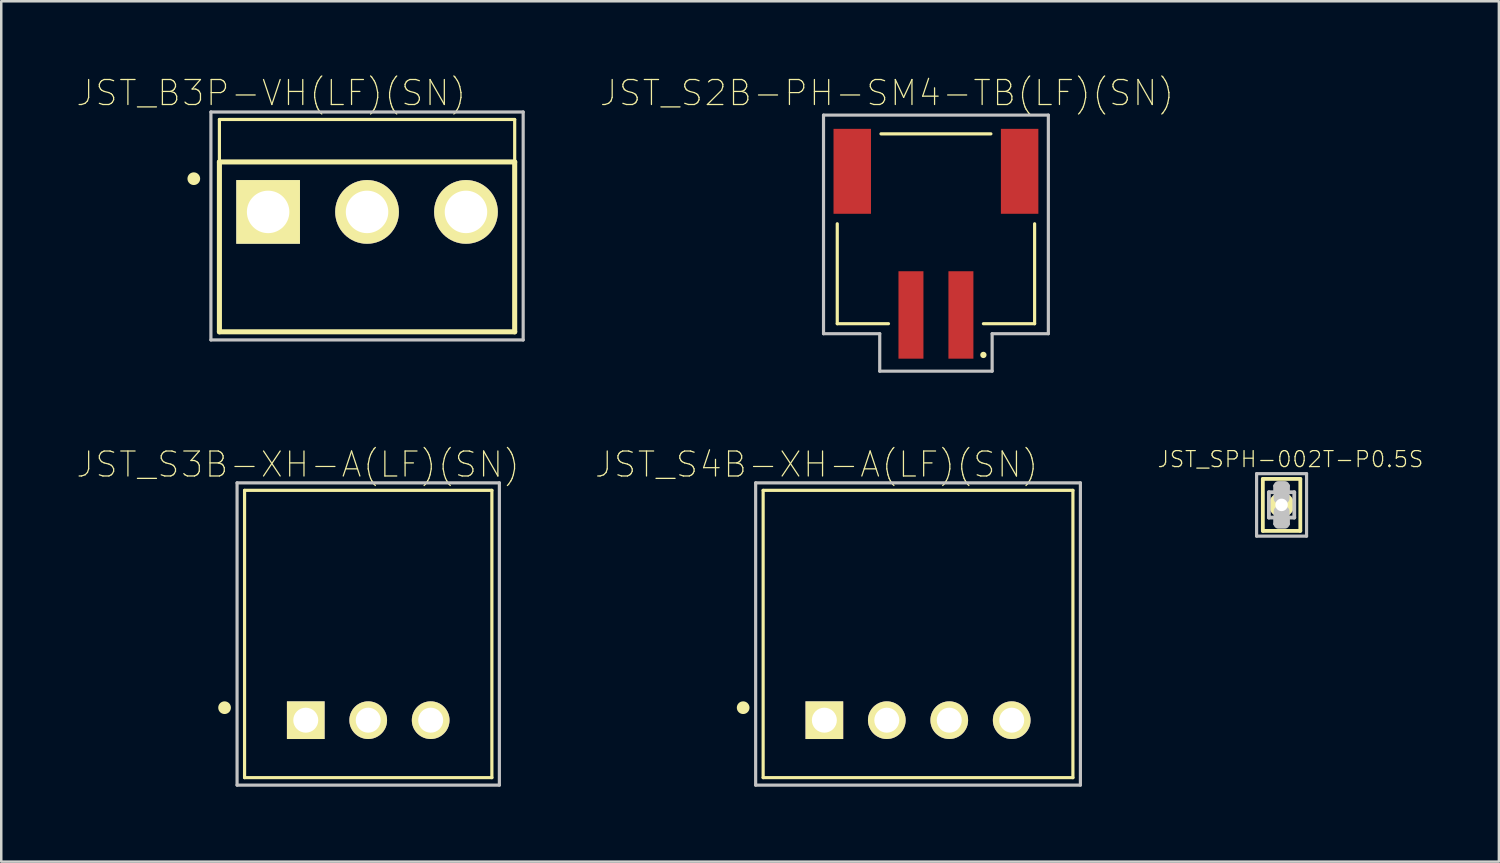
<source format=kicad_pcb>
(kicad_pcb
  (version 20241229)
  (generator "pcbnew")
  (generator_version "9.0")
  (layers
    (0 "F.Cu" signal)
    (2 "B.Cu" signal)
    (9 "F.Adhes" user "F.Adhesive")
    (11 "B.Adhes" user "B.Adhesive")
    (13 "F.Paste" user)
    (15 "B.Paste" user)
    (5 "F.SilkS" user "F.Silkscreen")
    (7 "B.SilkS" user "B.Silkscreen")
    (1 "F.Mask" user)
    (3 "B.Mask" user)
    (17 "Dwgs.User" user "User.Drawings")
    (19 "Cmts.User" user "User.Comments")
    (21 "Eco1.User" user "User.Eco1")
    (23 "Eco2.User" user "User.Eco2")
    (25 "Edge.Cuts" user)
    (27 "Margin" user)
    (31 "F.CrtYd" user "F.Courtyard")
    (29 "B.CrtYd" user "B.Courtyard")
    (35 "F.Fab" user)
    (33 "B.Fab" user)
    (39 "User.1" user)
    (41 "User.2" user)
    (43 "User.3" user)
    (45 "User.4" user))
  (footprint "JST_S2B-PH-SM4-TB(LF)(SN)"
    (layer "F.Cu")
    (at 34.416 9.558)
    (property "Reference" "JST_S2B-PH-SM4-TB(LF)(SN)" (at -1.96 -8.885 0) (layer "F.SilkS") (effects (font (size 1 1) (thickness 0.05))))
    (attr smd)
    (fp_line (start -3.95 -3.65) (end -3.95 0.35) (stroke (width 0.127) (type solid)) (layer "F.SilkS"))
    (fp_line (start -3.95 0.35) (end -1.9 0.35) (stroke (width 0.127) (type solid)) (layer "F.SilkS"))
    (fp_line (start 1.9 0.35) (end 3.95 0.35) (stroke (width 0.127) (type solid)) (layer "F.SilkS"))
    (fp_line (start 2.2 -7.25) (end -2.2 -7.25) (stroke (width 0.127) (type solid)) (layer "F.SilkS"))
    (fp_line (start 3.95 0.35) (end 3.95 -3.65) (stroke (width 0.127) (type solid)) (layer "F.SilkS"))
    (fp_circle (center 1.9 1.6) (end 2.027 1.6) (stroke (width 0) (type solid)) (fill yes) (layer "F.SilkS"))
    (fp_line (start -4.5 -8) (end 4.5 -8) (stroke (width 0.127) (type solid)) (layer "Dwgs.User"))
    (fp_line (start -4.5 0.75) (end -4.5 -8) (stroke (width 0.127) (type solid)) (layer "Dwgs.User"))
    (fp_line (start -2.25 0.75) (end -4.5 0.75) (stroke (width 0.127) (type solid)) (layer "Dwgs.User"))
    (fp_line (start -2.25 2.25) (end -2.25 0.75) (stroke (width 0.127) (type solid)) (layer "Dwgs.User"))
    (fp_line (start 2.25 0.75) (end 2.25 2.25) (stroke (width 0.127) (type solid)) (layer "Dwgs.User"))
    (fp_line (start 2.25 2.25) (end -2.25 2.25) (stroke (width 0.127) (type solid)) (layer "Dwgs.User"))
    (fp_line (start 4.5 -8) (end 4.5 0.75) (stroke (width 0.127) (type solid)) (layer "Dwgs.User"))
    (fp_line (start 4.5 0.75) (end 2.25 0.75) (stroke (width 0.127) (type solid)) (layer "Dwgs.User"))
    (pad "1" smd rect (at 1 0) (size 1 3.5) (layers "F.Cu" "F.Mask" "F.Paste"))
    (pad "2" smd rect (at -1 0) (size 1 3.5) (layers "F.Cu" "F.Mask" "F.Paste"))
    (pad "P1" smd rect (at 3.35 -5.75) (size 1.5 3.4) (layers "F.Cu" "F.Mask" "F.Paste"))
    (pad "P2" smd rect (at -3.35 -5.75) (size 1.5 3.4) (layers "F.Cu" "F.Mask" "F.Paste")))
  (footprint "JST_S3B-XH-A(LF)(SN)"
    (layer "F.Cu")
    (at 11.69 25.779)
    (property "Reference" "JST_S3B-XH-A(LF)(SN)" (at -2.81 -10.235 0) (layer "F.SilkS") (effects (font (size 1 1) (thickness 0.05))))
    (attr through_hole)
    (fp_line (start -4.95 -9.2) (end 4.95 -9.2) (stroke (width 0.127) (type solid)) (layer "F.SilkS"))
    (fp_line (start -4.95 2.3) (end -4.95 -9.2) (stroke (width 0.127) (type solid)) (layer "F.SilkS"))
    (fp_line (start 4.95 -9.2) (end 4.95 2.3) (stroke (width 0.127) (type solid)) (layer "F.SilkS"))
    (fp_line (start 4.95 2.3) (end -4.95 2.3) (stroke (width 0.127) (type solid)) (layer "F.SilkS"))
    (fp_circle (center -5.75 -0.5) (end -5.496 -0.5) (stroke (width 0) (type solid)) (fill yes) (layer "F.SilkS"))
    (fp_line (start -5.25 -9.5) (end 5.25 -9.5) (stroke (width 0.127) (type solid)) (layer "Dwgs.User"))
    (fp_line (start -5.25 2.6) (end -5.25 -9.5) (stroke (width 0.127) (type solid)) (layer "Dwgs.User"))
    (fp_line (start 5.25 -9.5) (end 5.25 2.6) (stroke (width 0.127) (type solid)) (layer "Dwgs.User"))
    (fp_line (start 5.25 2.6) (end -5.25 2.6) (stroke (width 0.127) (type solid)) (layer "Dwgs.User"))
    (pad "1" thru_hole rect (at -2.5 0) (size 1.508 1.508) (drill 1) (layers "*.Cu" "*.Mask" "F.SilkS"))
    (pad "2" thru_hole circle (at 0 0) (size 1.508 1.508) (drill 1) (layers "*.Cu" "*.Mask" "F.SilkS"))
    (pad "3" thru_hole circle (at 2.5 0) (size 1.508 1.508) (drill 1) (layers "*.Cu" "*.Mask" "F.SilkS")))
  (footprint "JST_B3P-VH(LF)(SN)"
    (layer "F.Cu")
    (at 11.643 5.433)
    (property "Reference" "JST_B3P-VH(LF)(SN)" (at -3.835 -4.76 0) (layer "F.SilkS") (effects (font (size 1 1) (thickness 0.05))))
    (attr through_hole)
    (fp_line (start -5.91 -3.7) (end 5.91 -3.7) (stroke (width 0.127) (type solid)) (layer "F.SilkS"))
    (fp_line (start -5.91 -2) (end -5.91 -3.7) (stroke (width 0.127) (type solid)) (layer "F.SilkS"))
    (fp_line (start -5.91 4.8) (end -5.91 -2) (stroke (width 0.203) (type solid)) (layer "F.SilkS"))
    (fp_line (start 5.91 -2) (end -5.91 -2) (stroke (width 0.203) (type solid)) (layer "F.SilkS"))
    (fp_line (start 5.91 -2) (end 5.91 -3.7) (stroke (width 0.127) (type solid)) (layer "F.SilkS"))
    (fp_line (start 5.91 -2) (end 5.91 4.8) (stroke (width 0.203) (type solid)) (layer "F.SilkS"))
    (fp_line (start 5.91 4.8) (end -5.91 4.8) (stroke (width 0.203) (type solid)) (layer "F.SilkS"))
    (fp_circle (center -6.935 -1.33) (end -6.681 -1.33) (stroke (width 0) (type solid)) (fill yes) (layer "F.SilkS"))
    (fp_line (start -6.25 -4) (end -6.25 5.125) (stroke (width 0.127) (type solid)) (layer "Dwgs.User"))
    (fp_line (start -6.25 -4) (end 6.25 -4) (stroke (width 0.127) (type solid)) (layer "Dwgs.User"))
    (fp_line (start -6.25 5.125) (end 6.25 5.125) (stroke (width 0.127) (type solid)) (layer "Dwgs.User"))
    (fp_line (start 6.25 -4) (end 6.25 5.125) (stroke (width 0.127) (type solid)) (layer "Dwgs.User"))
    (pad "1" thru_hole rect (at -3.96 0) (size 2.55 2.55) (drill 1.7) (layers "*.Cu" "*.Mask" "F.SilkS"))
    (pad "2" thru_hole circle (at 0 0) (size 2.55 2.55) (drill 1.7) (layers "*.Cu" "*.Mask" "F.SilkS"))
    (pad "3" thru_hole circle (at 3.96 0) (size 2.55 2.55) (drill 1.7) (layers "*.Cu" "*.Mask" "F.SilkS")))
  (footprint "JST_S4B-XH-A(LF)(SN)"
    (layer "F.Cu")
    (at 33.699 25.779)
    (property "Reference" "JST_S4B-XH-A(LF)(SN)" (at -4.06 -10.235 0) (layer "F.SilkS") (effects (font (size 1 1) (thickness 0.05))))
    (attr through_hole)
    (fp_line (start -6.2 -9.2) (end 6.2 -9.2) (stroke (width 0.127) (type solid)) (layer "F.SilkS"))
    (fp_line (start -6.2 2.3) (end -6.2 -9.2) (stroke (width 0.127) (type solid)) (layer "F.SilkS"))
    (fp_line (start 6.2 -9.2) (end 6.2 2.3) (stroke (width 0.127) (type solid)) (layer "F.SilkS"))
    (fp_line (start 6.2 2.3) (end -6.2 2.3) (stroke (width 0.127) (type solid)) (layer "F.SilkS"))
    (fp_circle (center -7 -0.5) (end -6.746 -0.5) (stroke (width 0) (type solid)) (fill yes) (layer "F.SilkS"))
    (fp_line (start -6.5 -9.5) (end 6.5 -9.5) (stroke (width 0.127) (type solid)) (layer "Dwgs.User"))
    (fp_line (start -6.5 2.6) (end -6.5 -9.5) (stroke (width 0.127) (type solid)) (layer "Dwgs.User"))
    (fp_line (start 6.5 -9.5) (end 6.5 2.6) (stroke (width 0.127) (type solid)) (layer "Dwgs.User"))
    (fp_line (start 6.5 2.6) (end -6.5 2.6) (stroke (width 0.127) (type solid)) (layer "Dwgs.User"))
    (pad "1" thru_hole rect (at -3.75 0) (size 1.508 1.508) (drill 1) (layers "*.Cu" "*.Mask" "F.SilkS"))
    (pad "2" thru_hole circle (at -1.25 0) (size 1.508 1.508) (drill 1) (layers "*.Cu" "*.Mask" "F.SilkS"))
    (pad "3" thru_hole circle (at 1.25 0) (size 1.508 1.508) (drill 1) (layers "*.Cu" "*.Mask" "F.SilkS"))
    (pad "4" thru_hole circle (at 3.75 0) (size 1.508 1.508) (drill 1) (layers "*.Cu" "*.Mask" "F.SilkS")))
  (footprint "JST_SPH-002T-P0.5S"
    (layer "F.Cu")
    (at 48.252 17.161)
    (property "Reference" "JST_SPH-002T-P0.5S" (at 0.356 -1.827 0) (layer "F.SilkS") (effects (font (size 0.64 0.64) (thickness 0.05))))
    (attr through_hole)
    (fp_line (start -0.75 -1.04) (end -0.75 1.04) (stroke (width 0.152) (type solid)) (layer "F.SilkS"))
    (fp_line (start -0.75 1.04) (end 0.75 1.04) (stroke (width 0.152) (type solid)) (layer "F.SilkS"))
    (fp_line (start 0.75 -1.04) (end -0.75 -1.04) (stroke (width 0.152) (type solid)) (layer "F.SilkS"))
    (fp_line (start 0.75 -1.04) (end 0.75 1.04) (stroke (width 0.152) (type solid)) (layer "F.SilkS"))
    (fp_line (start -1 -1.25) (end 1 -1.25) (stroke (width 0.127) (type solid)) (layer "Dwgs.User"))
    (fp_line (start -1 1.25) (end -1 -1.25) (stroke (width 0.127) (type solid)) (layer "Dwgs.User"))
    (fp_line (start -0.508 -0.508) (end -0.508 0.508) (stroke (width 0.152) (type solid)) (layer "Dwgs.User"))
    (fp_line (start -0.508 0.508) (end -0.254 0.508) (stroke (width 0.152) (type solid)) (layer "Dwgs.User"))
    (fp_line (start -0.254 -0.762) (end -0.254 -0.508) (stroke (width 0.152) (type solid)) (layer "Dwgs.User"))
    (fp_line (start -0.254 -0.508) (end -0.508 -0.508) (stroke (width 0.152) (type solid)) (layer "Dwgs.User"))
    (fp_line (start -0.254 0.508) (end -0.254 0.762) (stroke (width 0.152) (type solid)) (layer "Dwgs.User"))
    (fp_line (start -0.254 0.762) (end 0.254 0.762) (stroke (width 0.152) (type solid)) (layer "Dwgs.User"))
    (fp_line (start 0.254 -0.762) (end -0.254 -0.762) (stroke (width 0.152) (type solid)) (layer "Dwgs.User"))
    (fp_line (start 0.254 -0.508) (end 0.254 -0.762) (stroke (width 0.152) (type solid)) (layer "Dwgs.User"))
    (fp_line (start 0.254 0.508) (end 0.508 0.508) (stroke (width 0.152) (type solid)) (layer "Dwgs.User"))
    (fp_line (start 0.254 0.762) (end 0.254 0.508) (stroke (width 0.152) (type solid)) (layer "Dwgs.User"))
    (fp_line (start 0.508 -0.508) (end 0.254 -0.508) (stroke (width 0.152) (type solid)) (layer "Dwgs.User"))
    (fp_line (start 0.508 0.508) (end 0.508 -0.508) (stroke (width 0.152) (type solid)) (layer "Dwgs.User"))
    (fp_line (start 1 -1.25) (end 1 1.25) (stroke (width 0.127) (type solid)) (layer "Dwgs.User"))
    (fp_line (start 1 1.25) (end -1 1.25) (stroke (width 0.127) (type solid)) (layer "Dwgs.User"))
    (fp_poly (pts (xy -0.127 -0.762) (xy 0.127 -0.762) (xy 0.127 -0.254) (xy -0.127 -0.254)) (stroke (width 0.381) (type solid)) (fill no) (layer "Dwgs.User"))
    (fp_poly (pts (xy -0.127 0.254) (xy 0.127 0.254) (xy 0.127 0.762) (xy -0.127 0.762)) (stroke (width 0.381) (type solid)) (fill no) (layer "Dwgs.User"))
    (pad "1" thru_hole circle (at 0 0 90) (size 1.008 1.008) (drill 0.5) (layers "*.Cu" "*.Mask" "F.SilkS")))
  (gr_rect
    (start -3 -3)
    (end 56.951 31.442)
    (stroke (width 0.1) (type default))
    (fill no)
    (layer "Edge.Cuts")))
</source>
